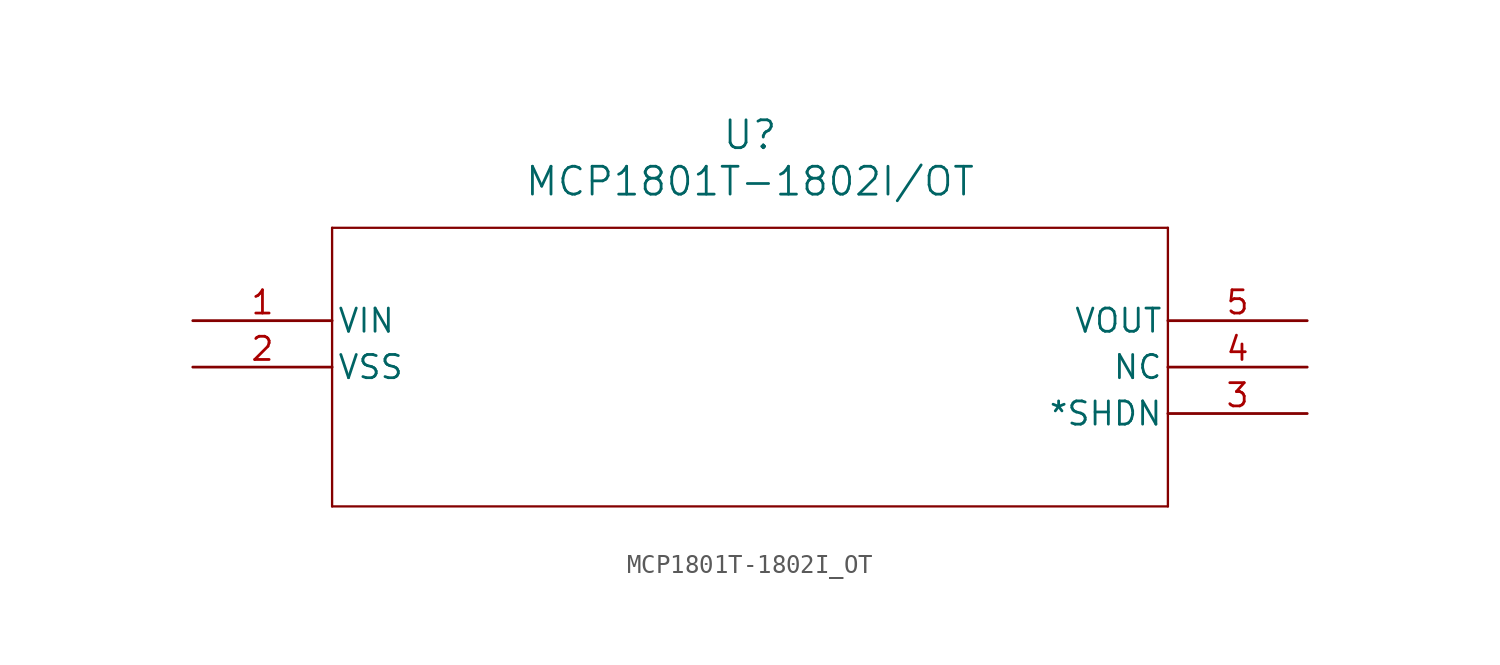
<source format=kicad_sym>
(kicad_symbol_lib
  (version 20241209)
  (generator "kicad_symbol_editor")
  (generator_version "9.0")
  (symbol "MCP1801T-1802I_OT"
    (pin_names
      (offset 0.254))
    (property "Reference" "U"
      (at 30.48 10.16 0)
      (effects (font (size 1.524 1.524))))
    (property "Value" "MCP1801T-1802I/OT"
      (at 30.48 7.62 0)
      (effects (font (size 1.524 1.524))))
    (symbol "MCP1801T-1802I_OT_0_1"
      (polyline (pts (xy 7.62 5.08) (xy 7.62 -10.16)) (stroke (width 0.127) (type default)) (fill (type none)))
      (polyline (pts (xy 7.62 -10.16) (xy 53.34 -10.16)) (stroke (width 0.127) (type default)) (fill (type none)))
      (polyline (pts (xy 53.34 5.08) (xy 7.62 5.08)) (stroke (width 0.127) (type default)) (fill (type none)))
      (polyline (pts (xy 53.34 -10.16) (xy 53.34 5.08)) (stroke (width 0.127) (type default)) (fill (type none)))
      (pin unspecified line (at 0 0 0) (length 7.62) (name "VIN" (effects (font (size 1.27 1.27)))) (number "1" (effects (font (size 1.27 1.27)))))
      (pin unspecified line (at 0 -2.54 0) (length 7.62) (name "VSS" (effects (font (size 1.27 1.27)))) (number "2" (effects (font (size 1.27 1.27)))))
      (pin unspecified line (at 60.96 0 180) (length 7.62) (name "VOUT" (effects (font (size 1.27 1.27)))) (number "5" (effects (font (size 1.27 1.27)))))
      (pin unspecified line (at 60.96 -2.54 180) (length 7.62) (name "NC" (effects (font (size 1.27 1.27)))) (number "4" (effects (font (size 1.27 1.27)))))
      (pin unspecified line (at 60.96 -5.08 180) (length 7.62) (name "*SHDN" (effects (font (size 1.27 1.27)))) (number "3" (effects (font (size 1.27 1.27))))))))
</source>
